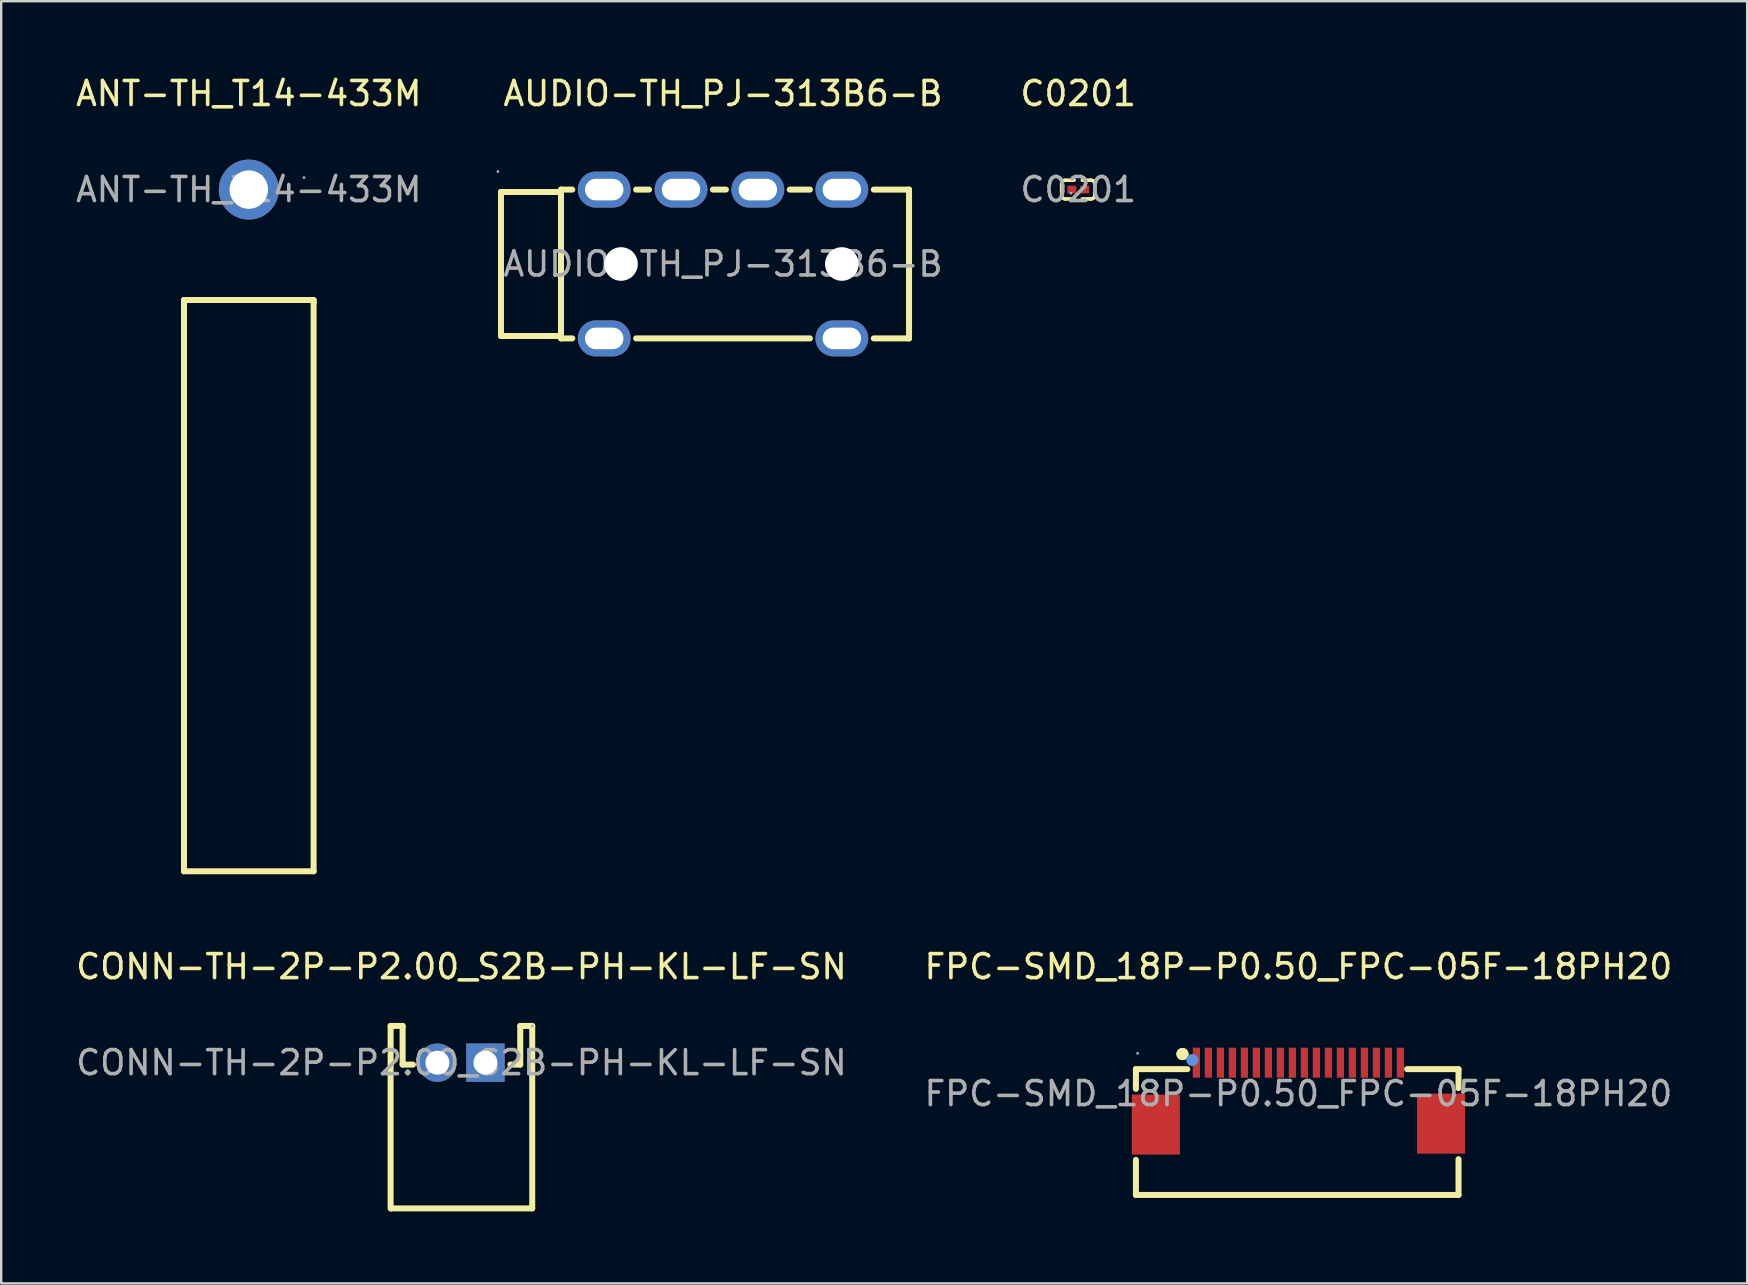
<source format=kicad_pcb>
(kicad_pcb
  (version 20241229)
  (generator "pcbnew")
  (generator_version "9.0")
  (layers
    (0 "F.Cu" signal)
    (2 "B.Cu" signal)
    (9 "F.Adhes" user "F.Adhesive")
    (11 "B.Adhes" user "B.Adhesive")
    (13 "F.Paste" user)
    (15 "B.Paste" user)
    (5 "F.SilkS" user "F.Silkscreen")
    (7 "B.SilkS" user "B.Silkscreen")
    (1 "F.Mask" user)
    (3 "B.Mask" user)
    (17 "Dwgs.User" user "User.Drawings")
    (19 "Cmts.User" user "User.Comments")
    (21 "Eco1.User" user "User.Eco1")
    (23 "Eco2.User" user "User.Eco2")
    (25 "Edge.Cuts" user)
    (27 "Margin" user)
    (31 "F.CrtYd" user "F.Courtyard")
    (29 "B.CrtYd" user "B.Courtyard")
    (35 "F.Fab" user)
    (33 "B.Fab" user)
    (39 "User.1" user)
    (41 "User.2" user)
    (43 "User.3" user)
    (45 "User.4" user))
  (footprint "ANT-TH_T14-433M"
    (layer "F.Cu")
    (at 7.315 4.848)
    (property "Reference" "ANT-TH_T14-433M" (at 0 -4 0) (layer "F.SilkS") (effects (font (size 1 1) (thickness 0.15))))
    (attr through_hole)
    (fp_line (start -2.7 4.6) (end 2.7 4.6) (stroke (width 0.25) (type solid)) (layer "F.SilkS"))
    (fp_line (start -2.7 28.4) (end -2.7 4.6) (stroke (width 0.25) (type solid)) (layer "F.SilkS"))
    (fp_line (start 2.7 4.6) (end 2.7 4.7) (stroke (width 0.25) (type solid)) (layer "F.SilkS"))
    (fp_line (start 2.7 4.7) (end 2.7 28.4) (stroke (width 0.25) (type solid)) (layer "F.SilkS"))
    (fp_line (start 2.7 28.4) (end -2.7 28.4) (stroke (width 0.25) (type solid)) (layer "F.SilkS"))
    (fp_circle (center 0 0) (end 0.25 0) (stroke (width 0.5) (type solid)) (fill no) (layer "F.Fab"))
    (fp_circle (center 2.3 -0.5) (end 2.33 -0.5) (stroke (width 0.06) (type solid)) (fill no) (layer "F.Fab"))
    (fp_text user "${REFERENCE}" (at 0 0 0) (layer "F.Fab") (effects (font (size 1 1) (thickness 0.15))))
    (pad "1" thru_hole circle (at 0 0 270) (size 2.5 2.5) (drill 1.6) (layers "*.Cu" "*.Mask")))
  (footprint "CONN-TH-2P-P2.00_S2B-PH-KL-LF-SN"
    (layer "F.Cu")
    (at 16.173 41.221)
    (property "Reference" "CONN-TH-2P-P2.00_S2B-PH-KL-LF-SN" (at 0 -4 0) (layer "F.SilkS") (effects (font (size 1 1) (thickness 0.15))))
    (attr smd)
    (fp_line (start -2.95 -1.53) (end -2.45 -1.53) (stroke (width 0.25) (type solid)) (layer "F.SilkS"))
    (fp_line (start -2.95 6.07) (end -2.95 -1.53) (stroke (width 0.25) (type solid)) (layer "F.SilkS"))
    (fp_line (start -2.93 6.07) (end -2.94 6.06) (stroke (width 0.25) (type solid)) (layer "F.SilkS"))
    (fp_line (start -2.45 -1.53) (end -2.45 0.08) (stroke (width 0.25) (type solid)) (layer "F.SilkS"))
    (fp_line (start -2.45 0.08) (end -2.02 0.08) (stroke (width 0.25) (type solid)) (layer "F.SilkS"))
    (fp_line (start 2.04 0.08) (end 2.45 0.08) (stroke (width 0.25) (type solid)) (layer "F.SilkS"))
    (fp_line (start 2.45 -1.53) (end 2.95 -1.53) (stroke (width 0.25) (type solid)) (layer "F.SilkS"))
    (fp_line (start 2.45 0.08) (end 2.45 -1.53) (stroke (width 0.25) (type solid)) (layer "F.SilkS"))
    (fp_line (start 2.95 -1.53) (end 2.95 6.07) (stroke (width 0.25) (type solid)) (layer "F.SilkS"))
    (fp_line (start 2.95 6.07) (end -2.93 6.07) (stroke (width 0.25) (type solid)) (layer "F.SilkS"))
    (fp_circle (center 2.95 -1.53) (end 2.98 -1.53) (stroke (width 0.06) (type solid)) (fill no) (layer "F.Fab"))
    (fp_text user "${REFERENCE}" (at 0 0 0) (layer "F.Fab") (effects (font (size 1 1) (thickness 0.15))))
    (pad "1" thru_hole rect (at 1 0) (size 1.6 1.6) (drill 1) (layers "*.Cu" "*.Mask"))
    (pad "2" thru_hole circle (at -1 0) (size 1.6 1.6) (drill 1) (layers "*.Cu" "*.Mask")))
  (footprint "FPC-SMD_18P-P0.50_FPC-05F-18PH20"
    (layer "F.Cu")
    (at 51.042 42.511)
    (property "Reference" "FPC-SMD_18P-P0.50_FPC-05F-18PH20" (at 0 -5.29 0) (layer "F.SilkS") (effects (font (size 1 1) (thickness 0.15))))
    (attr smd)
    (fp_line (start -6.77 -1.02) (end -4.63 -1.02) (stroke (width 0.25) (type solid)) (layer "F.SilkS"))
    (fp_line (start -6.77 -0.2) (end -6.77 -1.02) (stroke (width 0.25) (type solid)) (layer "F.SilkS"))
    (fp_line (start -6.77 4.22) (end -6.77 2.76) (stroke (width 0.25) (type solid)) (layer "F.SilkS"))
    (fp_line (start 4.53 -1.02) (end 6.67 -1.02) (stroke (width 0.25) (type solid)) (layer "F.SilkS"))
    (fp_line (start 6.67 -1.02) (end 6.67 -0.23) (stroke (width 0.25) (type solid)) (layer "F.SilkS"))
    (fp_line (start 6.67 2.73) (end 6.67 4.22) (stroke (width 0.25) (type solid)) (layer "F.SilkS"))
    (fp_line (start 6.67 4.22) (end -6.77 4.22) (stroke (width 0.25) (type solid)) (layer "F.SilkS"))
    (fp_circle (center -4.83 -1.65) (end -4.7 -1.65) (stroke (width 0.25) (type solid)) (fill no) (layer "F.SilkS"))
    (fp_circle (center -4.83 -1.65) (end -4.7 -1.65) (stroke (width 0.25) (type solid)) (fill no) (layer "F.SilkS"))
    (fp_circle (center -4.42 -1.4) (end -4.29 -1.4) (stroke (width 0.25) (type solid)) (fill no) (layer "Cmts.User"))
    (fp_circle (center -6.7 -1.68) (end -6.67 -1.68) (stroke (width 0.06) (type solid)) (fill no) (layer "F.Fab"))
    (fp_text user "${REFERENCE}" (at 0 0 0) (layer "F.Fab") (effects (font (size 1 1) (thickness 0.15))))
    (pad "1" smd rect (at -4.25 -1.29) (size 0.3 1.25) (layers "F.Cu" "F.Mask" "F.Paste"))
    (pad "2" smd rect (at -3.75 -1.29) (size 0.3 1.25) (layers "F.Cu" "F.Mask" "F.Paste"))
    (pad "3" smd rect (at -3.25 -1.29) (size 0.3 1.25) (layers "F.Cu" "F.Mask" "F.Paste"))
    (pad "4" smd rect (at -2.75 -1.29) (size 0.3 1.25) (layers "F.Cu" "F.Mask" "F.Paste"))
    (pad "5" smd rect (at -2.25 -1.29) (size 0.3 1.25) (layers "F.Cu" "F.Mask" "F.Paste"))
    (pad "6" smd rect (at -1.75 -1.29) (size 0.3 1.25) (layers "F.Cu" "F.Mask" "F.Paste"))
    (pad "7" smd rect (at -1.25 -1.29) (size 0.3 1.25) (layers "F.Cu" "F.Mask" "F.Paste"))
    (pad "8" smd rect (at -0.75 -1.29) (size 0.3 1.25) (layers "F.Cu" "F.Mask" "F.Paste"))
    (pad "9" smd rect (at -0.25 -1.29) (size 0.3 1.25) (layers "F.Cu" "F.Mask" "F.Paste"))
    (pad "10" smd rect (at 0.25 -1.29) (size 0.3 1.25) (layers "F.Cu" "F.Mask" "F.Paste"))
    (pad "11" smd rect (at 0.75 -1.29) (size 0.3 1.25) (layers "F.Cu" "F.Mask" "F.Paste"))
    (pad "12" smd rect (at 1.25 -1.29) (size 0.3 1.25) (layers "F.Cu" "F.Mask" "F.Paste"))
    (pad "13" smd rect (at 1.75 -1.29) (size 0.3 1.25) (layers "F.Cu" "F.Mask" "F.Paste"))
    (pad "14" smd rect (at 2.25 -1.29) (size 0.3 1.25) (layers "F.Cu" "F.Mask" "F.Paste"))
    (pad "15" smd rect (at 2.75 -1.29) (size 0.3 1.25) (layers "F.Cu" "F.Mask" "F.Paste"))
    (pad "16" smd rect (at 3.25 -1.29) (size 0.3 1.25) (layers "F.Cu" "F.Mask" "F.Paste"))
    (pad "17" smd rect (at 3.75 -1.29) (size 0.3 1.25) (layers "F.Cu" "F.Mask" "F.Paste"))
    (pad "18" smd rect (at 4.25 -1.29) (size 0.3 1.25) (layers "F.Cu" "F.Mask" "F.Paste"))
    (pad "19" smd rect (at -5.94 1.29) (size 2 2.5) (layers "F.Cu" "F.Mask" "F.Paste"))
    (pad "20" smd rect (at 5.94 1.25) (size 2 2.5) (layers "F.Cu" "F.Mask" "F.Paste")))
  (footprint "C0201"
    (layer "F.Cu")
    (at 41.869 4.848)
    (property "Reference" "C0201" (at 0 -4 0) (layer "F.SilkS") (effects (font (size 1 1) (thickness 0.15))))
    (attr smd)
    (fp_line (start -0.69 0.24) (end -0.69 -0.24) (stroke (width 0.15) (type solid)) (layer "F.SilkS"))
    (fp_line (start -0.53 -0.39) (end -0.17 -0.39) (stroke (width 0.15) (type solid)) (layer "F.SilkS"))
    (fp_line (start -0.17 0.39) (end -0.53 0.39) (stroke (width 0.15) (type solid)) (layer "F.SilkS"))
    (fp_line (start 0.17 0.39) (end 0.53 0.39) (stroke (width 0.15) (type solid)) (layer "F.SilkS"))
    (fp_line (start 0.53 -0.39) (end 0.17 -0.39) (stroke (width 0.15) (type solid)) (layer "F.SilkS"))
    (fp_line (start 0.69 0.24) (end 0.69 -0.24) (stroke (width 0.15) (type solid)) (layer "F.SilkS"))
    (fp_arc (start -0.690333 -0.239643) (mid -0.642836 -0.349658) (end -0.53 -0.39) (stroke (width 0.15) (type solid)) (layer "F.SilkS"))
    (fp_arc (start -0.529667 0.389644) (mid -0.642348 0.349659) (end -0.69 0.24) (stroke (width 0.15) (type solid)) (layer "F.SilkS"))
    (fp_arc (start 0.53 -0.39) (mid 0.642835 -0.349658) (end 0.690333 -0.239643) (stroke (width 0.15) (type solid)) (layer "F.SilkS"))
    (fp_arc (start 0.69 0.24) (mid 0.642348 0.349658) (end 0.529667 0.389644) (stroke (width 0.15) (type solid)) (layer "F.SilkS"))
    (fp_circle (center -0.3 0.15) (end -0.27 0.15) (stroke (width 0.06) (type solid)) (fill no) (layer "F.Fab"))
    (fp_text user "${REFERENCE}" (at 0 0 0) (layer "F.Fab") (effects (font (size 1 1) (thickness 0.15))))
    (pad "1" smd rect (at -0.27 0) (size 0.37 0.32) (layers "F.Cu" "F.Mask" "F.Paste"))
    (pad "2" smd rect (at 0.27 0) (size 0.37 0.32) (layers "F.Cu" "F.Mask" "F.Paste")))
  (footprint "AUDIO-TH_PJ-313B6-B"
    (layer "F.Cu")
    (at 27.071 7.948)
    (property "Reference" "AUDIO-TH_PJ-313B6-B" (at 0 -7.1 0) (layer "F.SilkS") (effects (font (size 1 1) (thickness 0.15))))
    (attr through_hole)
    (fp_line (start -9.25 -3) (end -9.25 3) (stroke (width 0.25) (type solid)) (layer "F.SilkS"))
    (fp_line (start -6.75 -3.1) (end -6.75 3.1) (stroke (width 0.25) (type solid)) (layer "F.SilkS"))
    (fp_line (start -6.75 -3.1) (end -6.28 -3.1) (stroke (width 0.25) (type solid)) (layer "F.SilkS"))
    (fp_line (start -6.75 -3) (end -9.25 -3) (stroke (width 0.25) (type solid)) (layer "F.SilkS"))
    (fp_line (start -6.75 3) (end -9.25 3) (stroke (width 0.25) (type solid)) (layer "F.SilkS"))
    (fp_line (start -6.75 3.1) (end -6.28 3.1) (stroke (width 0.25) (type solid)) (layer "F.SilkS"))
    (fp_line (start -3.62 -3.1) (end -3.08 -3.1) (stroke (width 0.25) (type solid)) (layer "F.SilkS"))
    (fp_line (start -3.62 3.1) (end 3.62 3.1) (stroke (width 0.25) (type solid)) (layer "F.SilkS"))
    (fp_line (start -0.42 -3.1) (end 0.12 -3.1) (stroke (width 0.25) (type solid)) (layer "F.SilkS"))
    (fp_line (start 2.78 -3.1) (end 3.62 -3.1) (stroke (width 0.25) (type solid)) (layer "F.SilkS"))
    (fp_line (start 6.28 -3.1) (end 7.75 -3.1) (stroke (width 0.25) (type solid)) (layer "F.SilkS"))
    (fp_line (start 6.28 3.1) (end 7.75 3.1) (stroke (width 0.25) (type solid)) (layer "F.SilkS"))
    (fp_line (start 7.75 -3.1) (end 7.75 3.1) (stroke (width 0.25) (type solid)) (layer "F.SilkS"))
    (fp_circle (center -9.38 -3.85) (end -9.35 -3.85) (stroke (width 0.06) (type solid)) (fill no) (layer "F.Fab"))
    (fp_text user "${REFERENCE}" (at 0 0 0) (layer "F.Fab") (effects (font (size 1 1) (thickness 0.15))))
    (pad "" np_thru_hole circle (at -4.25 0) (size 1.4 1.4) (drill 1.4) (layers "*.Cu" "*.Mask"))
    (pad "" np_thru_hole circle (at 4.95 0) (size 1.4 1.4) (drill 1.4) (layers "*.Cu" "*.Mask"))
    (pad "1" thru_hole oval (at -4.95 -3.1 90) (size 1.5 2.2) (drill oval 0.9 1.6) (layers "*.Cu" "*.Mask"))
    (pad "1" thru_hole oval (at -4.95 3.1 90) (size 1.5 2.2) (drill oval 0.9 1.6) (layers "*.Cu" "*.Mask"))
    (pad "2" thru_hole oval (at -1.75 -3.1 90) (size 1.5 2.2) (drill oval 0.9 1.6) (layers "*.Cu" "*.Mask"))
    (pad "3" thru_hole oval (at 1.45 -3.1 90) (size 1.5 2.2) (drill oval 0.9 1.6) (layers "*.Cu" "*.Mask"))
    (pad "4" thru_hole oval (at 4.95 -3.1 90) (size 1.5 2.2) (drill oval 0.9 1.6) (layers "*.Cu" "*.Mask"))
    (pad "4" thru_hole oval (at 4.95 3.1 90) (size 1.5 2.2) (drill oval 0.9 1.6) (layers "*.Cu" "*.Mask")))
  (gr_rect
    (start -3 -3)
    (end 69.738 50.416)
    (stroke (width 0.1) (type default))
    (fill no)
    (layer "Edge.Cuts")))
</source>
